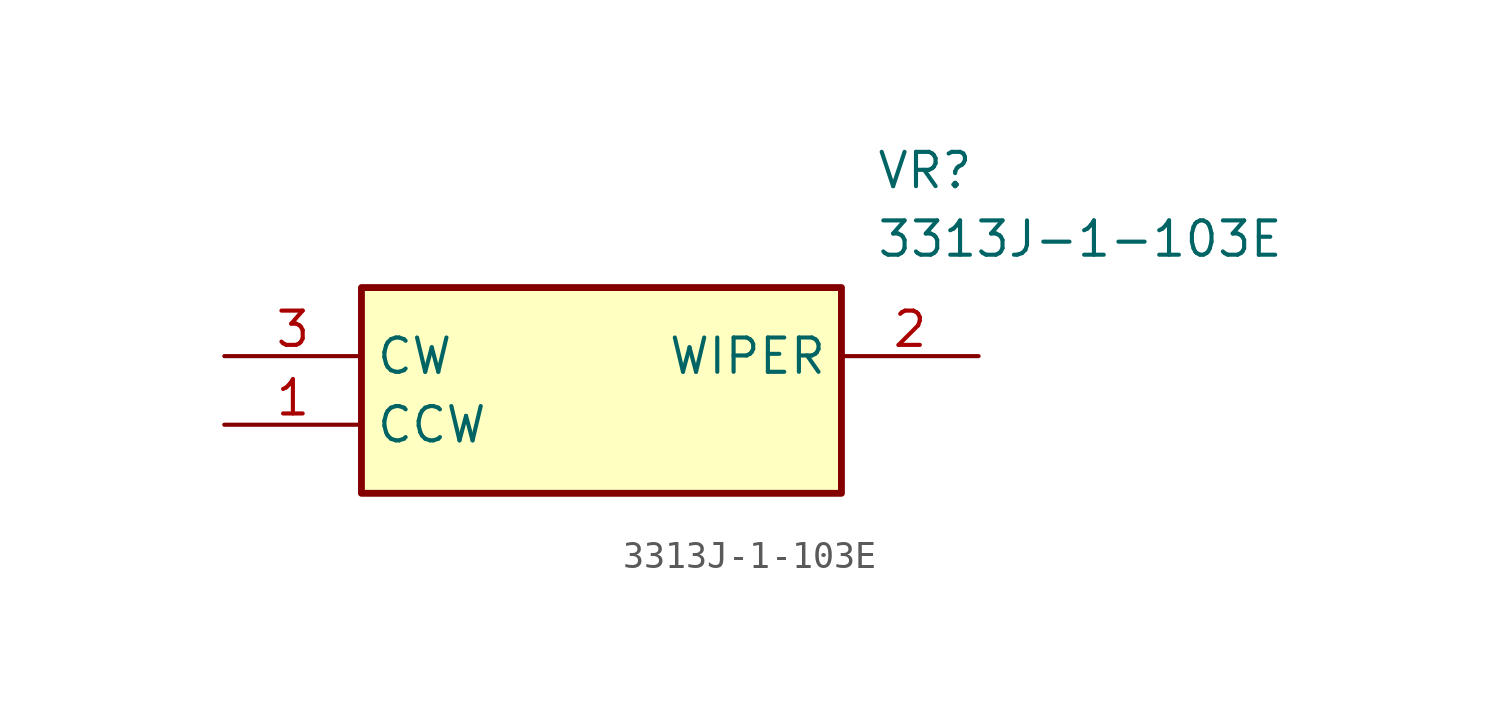
<source format=kicad_sym>
(kicad_symbol_lib
  (version 20211014)
  (generator SamacSys_ECAD_Model)
  (symbol "3313J-1-103E"
    (property "Reference" "VR"
      (at 24.13 7.62 0)
      (effects (font (size 1.27 1.27)) (justify left top)))
    (property "Value" "3313J-1-103E"
      (at 24.13 5.08 0)
      (effects (font (size 1.27 1.27)) (justify left top)))
    (rectangle
      (start 5.08 2.54)
      (end 22.86 -5.08)
      (stroke (width 0.254) (type default))
      (fill (type background)))
    (pin passive line
      (at 0 -2.54 0)
      (length 5.08)
      (name "CCW" (effects (font (size 1.27 1.27))))
      (number "1" (effects (font (size 1.27 1.27)))))
    (pin passive line
      (at 27.94 0 180)
      (length 5.08)
      (name "WIPER" (effects (font (size 1.27 1.27))))
      (number "2" (effects (font (size 1.27 1.27)))))
    (pin passive line
      (at 0 0 0)
      (length 5.08)
      (name "CW" (effects (font (size 1.27 1.27))))
      (number "3" (effects (font (size 1.27 1.27)))))))
</source>
